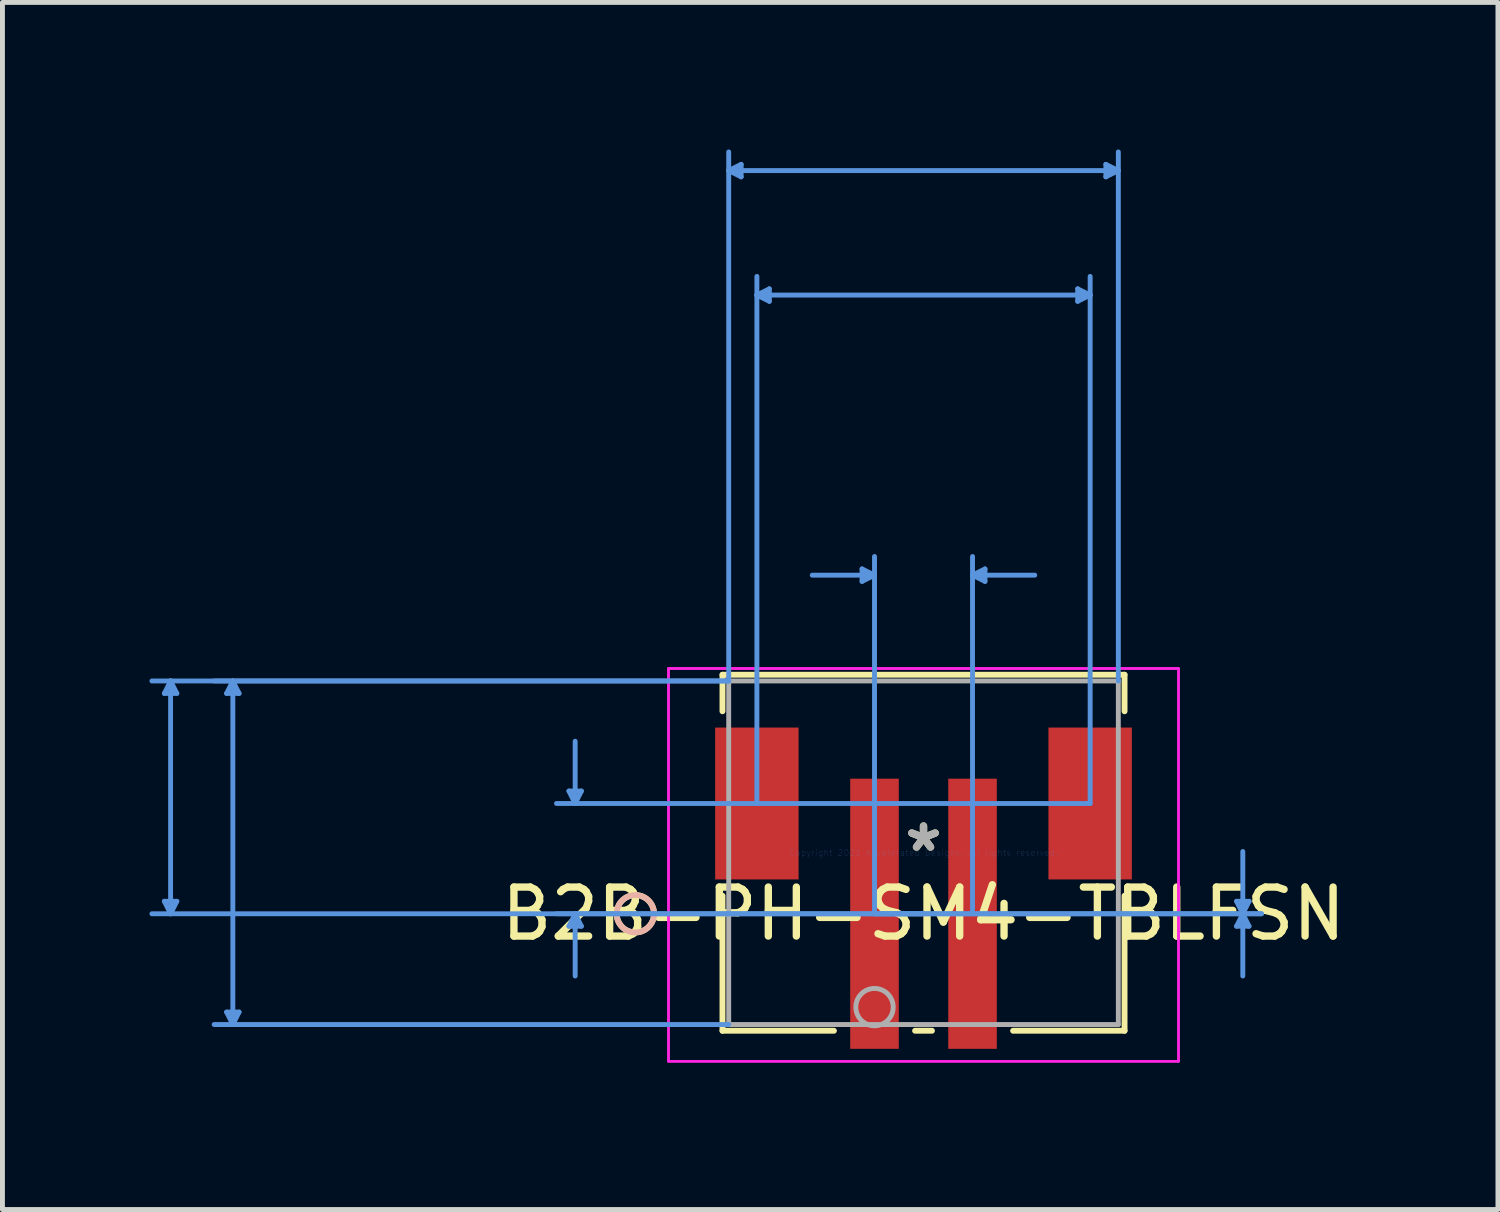
<source format=kicad_pcb>
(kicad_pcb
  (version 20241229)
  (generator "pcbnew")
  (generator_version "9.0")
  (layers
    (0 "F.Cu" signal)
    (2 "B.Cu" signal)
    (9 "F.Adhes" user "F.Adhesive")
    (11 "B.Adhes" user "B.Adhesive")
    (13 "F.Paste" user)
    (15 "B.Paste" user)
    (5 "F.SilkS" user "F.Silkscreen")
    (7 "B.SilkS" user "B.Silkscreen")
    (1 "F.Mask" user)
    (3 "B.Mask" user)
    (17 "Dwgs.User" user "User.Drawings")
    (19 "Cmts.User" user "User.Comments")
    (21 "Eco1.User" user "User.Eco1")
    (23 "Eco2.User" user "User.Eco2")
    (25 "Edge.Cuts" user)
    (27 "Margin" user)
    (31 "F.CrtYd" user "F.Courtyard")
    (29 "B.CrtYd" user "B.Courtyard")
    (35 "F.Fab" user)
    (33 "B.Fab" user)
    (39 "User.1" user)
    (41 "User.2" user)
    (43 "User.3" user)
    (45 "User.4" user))
  (footprint "B2B-PH-SM4-TBLFSN"
    (layer "F.Cu")
    (at 15.794 14.35)
    (property "Reference" "B2B-PH-SM4-TBLFSN" (at 0 1.245 0) (layer "F.SilkS") (effects (font (size 1 1) (thickness 0.15))))
    (attr through_hole)
    (fp_line (start -4.102 -3.632) (end -4.102 -2.887) (stroke (width 0.12) (type solid)) (layer "F.SilkS"))
    (fp_line (start -4.102 0.877) (end -4.102 3.632) (stroke (width 0.12) (type solid)) (layer "F.SilkS"))
    (fp_line (start -4.102 3.632) (end -1.828 3.632) (stroke (width 0.12) (type solid)) (layer "F.SilkS"))
    (fp_line (start -0.172 3.632) (end 0.172 3.632) (stroke (width 0.12) (type solid)) (layer "F.SilkS"))
    (fp_line (start 1.828 3.632) (end 4.102 3.632) (stroke (width 0.12) (type solid)) (layer "F.SilkS"))
    (fp_line (start 4.102 -3.632) (end -4.102 -3.632) (stroke (width 0.12) (type solid)) (layer "F.SilkS"))
    (fp_line (start 4.102 -2.887) (end 4.102 -3.632) (stroke (width 0.12) (type solid)) (layer "F.SilkS"))
    (fp_line (start 4.102 3.632) (end 4.102 0.877) (stroke (width 0.12) (type solid)) (layer "F.SilkS"))
    (fp_circle (center -5.88 1.245) (end -5.499 1.245) (stroke (width 0.12) (type solid)) (fill no) (layer "F.SilkS"))
    (fp_circle (center -5.88 1.245) (end -5.499 1.245) (stroke (width 0.12) (type solid)) (fill no) (layer "B.SilkS"))
    (fp_line (start -15.49 -3.251) (end -15.236 -3.251) (stroke (width 0.1) (type solid)) (layer "Cmts.User"))
    (fp_line (start -15.49 0.991) (end -15.236 0.991) (stroke (width 0.1) (type solid)) (layer "Cmts.User"))
    (fp_line (start -15.363 -3.505) (end -15.49 -3.251) (stroke (width 0.1) (type solid)) (layer "Cmts.User"))
    (fp_line (start -15.363 -3.505) (end -15.363 1.245) (stroke (width 0.1) (type solid)) (layer "Cmts.User"))
    (fp_line (start -15.363 -3.505) (end -15.236 -3.251) (stroke (width 0.1) (type solid)) (layer "Cmts.User"))
    (fp_line (start -15.363 1.245) (end -15.49 0.991) (stroke (width 0.1) (type solid)) (layer "Cmts.User"))
    (fp_line (start -15.363 1.245) (end -15.236 0.991) (stroke (width 0.1) (type solid)) (layer "Cmts.User"))
    (fp_line (start -14.22 -3.251) (end -13.966 -3.251) (stroke (width 0.1) (type solid)) (layer "Cmts.User"))
    (fp_line (start -14.22 3.251) (end -13.966 3.251) (stroke (width 0.1) (type solid)) (layer "Cmts.User"))
    (fp_line (start -14.093 -3.505) (end -14.22 -3.251) (stroke (width 0.1) (type solid)) (layer "Cmts.User"))
    (fp_line (start -14.093 -3.505) (end -14.093 3.505) (stroke (width 0.1) (type solid)) (layer "Cmts.User"))
    (fp_line (start -14.093 -3.505) (end -13.966 -3.251) (stroke (width 0.1) (type solid)) (layer "Cmts.User"))
    (fp_line (start -14.093 3.505) (end -14.22 3.251) (stroke (width 0.1) (type solid)) (layer "Cmts.User"))
    (fp_line (start -14.093 3.505) (end -13.966 3.251) (stroke (width 0.1) (type solid)) (layer "Cmts.User"))
    (fp_line (start -7.235 -1.259) (end -6.981 -1.259) (stroke (width 0.1) (type solid)) (layer "Cmts.User"))
    (fp_line (start -7.235 1.499) (end -6.981 1.499) (stroke (width 0.1) (type solid)) (layer "Cmts.User"))
    (fp_line (start -7.108 -1.005) (end -7.235 -1.259) (stroke (width 0.1) (type solid)) (layer "Cmts.User"))
    (fp_line (start -7.108 -1.005) (end -7.108 -2.275) (stroke (width 0.1) (type solid)) (layer "Cmts.User"))
    (fp_line (start -7.108 -1.005) (end -6.981 -1.259) (stroke (width 0.1) (type solid)) (layer "Cmts.User"))
    (fp_line (start -7.108 1.245) (end -7.235 1.499) (stroke (width 0.1) (type solid)) (layer "Cmts.User"))
    (fp_line (start -7.108 1.245) (end -7.108 2.515) (stroke (width 0.1) (type solid)) (layer "Cmts.User"))
    (fp_line (start -7.108 1.245) (end -6.981 1.499) (stroke (width 0.1) (type solid)) (layer "Cmts.User"))
    (fp_line (start -3.975 -13.919) (end -3.721 -14.046) (stroke (width 0.1) (type solid)) (layer "Cmts.User"))
    (fp_line (start -3.975 -13.919) (end -3.721 -13.792) (stroke (width 0.1) (type solid)) (layer "Cmts.User"))
    (fp_line (start -3.975 -13.919) (end 3.975 -13.919) (stroke (width 0.1) (type solid)) (layer "Cmts.User"))
    (fp_line (start -3.975 -3.505) (end -15.744 -3.505) (stroke (width 0.1) (type solid)) (layer "Cmts.User"))
    (fp_line (start -3.975 -3.505) (end -14.474 -3.505) (stroke (width 0.1) (type solid)) (layer "Cmts.User"))
    (fp_line (start -3.975 -3.505) (end -3.975 -14.3) (stroke (width 0.1) (type solid)) (layer "Cmts.User"))
    (fp_line (start -3.975 3.505) (end -14.474 3.505) (stroke (width 0.1) (type solid)) (layer "Cmts.User"))
    (fp_line (start -3.721 -14.046) (end -3.721 -13.792) (stroke (width 0.1) (type solid)) (layer "Cmts.User"))
    (fp_line (start -3.4 -11.379) (end -3.146 -11.506) (stroke (width 0.1) (type solid)) (layer "Cmts.User"))
    (fp_line (start -3.4 -11.379) (end -3.146 -11.252) (stroke (width 0.1) (type solid)) (layer "Cmts.User"))
    (fp_line (start -3.4 -11.379) (end 3.4 -11.379) (stroke (width 0.1) (type solid)) (layer "Cmts.User"))
    (fp_line (start -3.4 -1.005) (end -3.4 -11.76) (stroke (width 0.1) (type solid)) (layer "Cmts.User"))
    (fp_line (start -3.146 -11.506) (end -3.146 -11.252) (stroke (width 0.1) (type solid)) (layer "Cmts.User"))
    (fp_line (start -1.254 -5.791) (end -1.254 -5.537) (stroke (width 0.1) (type solid)) (layer "Cmts.User"))
    (fp_line (start -1 -5.664) (end -2.27 -5.664) (stroke (width 0.1) (type solid)) (layer "Cmts.User"))
    (fp_line (start -1 -5.664) (end -1.254 -5.791) (stroke (width 0.1) (type solid)) (layer "Cmts.User"))
    (fp_line (start -1 -5.664) (end -1.254 -5.537) (stroke (width 0.1) (type solid)) (layer "Cmts.User"))
    (fp_line (start -1 1.245) (end -1 -6.045) (stroke (width 0.1) (type solid)) (layer "Cmts.User"))
    (fp_line (start -1 1.245) (end 6.896 1.245) (stroke (width 0.1) (type solid)) (layer "Cmts.User"))
    (fp_line (start -1 1.245) (end 6.896 1.245) (stroke (width 0.1) (type solid)) (layer "Cmts.User"))
    (fp_line (start 0 1.245) (end -15.744 1.245) (stroke (width 0.1) (type solid)) (layer "Cmts.User"))
    (fp_line (start 0 1.245) (end -7.489 1.245) (stroke (width 0.1) (type solid)) (layer "Cmts.User"))
    (fp_line (start 1 -5.664) (end 1.254 -5.791) (stroke (width 0.1) (type solid)) (layer "Cmts.User"))
    (fp_line (start 1 -5.664) (end 1.254 -5.537) (stroke (width 0.1) (type solid)) (layer "Cmts.User"))
    (fp_line (start 1 -5.664) (end 2.27 -5.664) (stroke (width 0.1) (type solid)) (layer "Cmts.User"))
    (fp_line (start 1 1.245) (end 1 -6.045) (stroke (width 0.1) (type solid)) (layer "Cmts.User"))
    (fp_line (start 1.254 -5.791) (end 1.254 -5.537) (stroke (width 0.1) (type solid)) (layer "Cmts.User"))
    (fp_line (start 3.146 -11.506) (end 3.146 -11.252) (stroke (width 0.1) (type solid)) (layer "Cmts.User"))
    (fp_line (start 3.4 -11.379) (end 3.146 -11.506) (stroke (width 0.1) (type solid)) (layer "Cmts.User"))
    (fp_line (start 3.4 -11.379) (end 3.146 -11.252) (stroke (width 0.1) (type solid)) (layer "Cmts.User"))
    (fp_line (start 3.4 -1.005) (end -7.489 -1.005) (stroke (width 0.1) (type solid)) (layer "Cmts.User"))
    (fp_line (start 3.4 -1.005) (end 3.4 -11.76) (stroke (width 0.1) (type solid)) (layer "Cmts.User"))
    (fp_line (start 3.721 -14.046) (end 3.721 -13.792) (stroke (width 0.1) (type solid)) (layer "Cmts.User"))
    (fp_line (start 3.975 -13.919) (end 3.721 -14.046) (stroke (width 0.1) (type solid)) (layer "Cmts.User"))
    (fp_line (start 3.975 -13.919) (end 3.721 -13.792) (stroke (width 0.1) (type solid)) (layer "Cmts.User"))
    (fp_line (start 3.975 -3.505) (end 3.975 -14.3) (stroke (width 0.1) (type solid)) (layer "Cmts.User"))
    (fp_line (start 6.388 0.991) (end 6.642 0.991) (stroke (width 0.1) (type solid)) (layer "Cmts.User"))
    (fp_line (start 6.388 1.499) (end 6.642 1.499) (stroke (width 0.1) (type solid)) (layer "Cmts.User"))
    (fp_line (start 6.515 1.245) (end 6.388 0.991) (stroke (width 0.1) (type solid)) (layer "Cmts.User"))
    (fp_line (start 6.515 1.245) (end 6.388 1.499) (stroke (width 0.1) (type solid)) (layer "Cmts.User"))
    (fp_line (start 6.515 1.245) (end 6.515 -0.025) (stroke (width 0.1) (type solid)) (layer "Cmts.User"))
    (fp_line (start 6.515 1.245) (end 6.515 2.515) (stroke (width 0.1) (type solid)) (layer "Cmts.User"))
    (fp_line (start 6.515 1.245) (end 6.642 0.991) (stroke (width 0.1) (type solid)) (layer "Cmts.User"))
    (fp_line (start 6.515 1.245) (end 6.642 1.499) (stroke (width 0.1) (type solid)) (layer "Cmts.User"))
    (fp_line (start -5.203 -3.759) (end -5.203 4.255) (stroke (width 0.05) (type solid)) (layer "F.CrtYd"))
    (fp_line (start -5.203 -3.759) (end -5.203 4.255) (stroke (width 0.05) (type solid)) (layer "F.CrtYd"))
    (fp_line (start -5.203 4.255) (end 5.203 4.255) (stroke (width 0.05) (type solid)) (layer "F.CrtYd"))
    (fp_line (start -5.203 4.255) (end 5.203 4.255) (stroke (width 0.05) (type solid)) (layer "F.CrtYd"))
    (fp_line (start 5.203 -3.759) (end -5.203 -3.759) (stroke (width 0.05) (type solid)) (layer "F.CrtYd"))
    (fp_line (start 5.203 -3.759) (end -5.203 -3.759) (stroke (width 0.05) (type solid)) (layer "F.CrtYd"))
    (fp_line (start 5.203 4.255) (end 5.203 -3.759) (stroke (width 0.05) (type solid)) (layer "F.CrtYd"))
    (fp_line (start 5.203 4.255) (end 5.203 -3.759) (stroke (width 0.05) (type solid)) (layer "F.CrtYd"))
    (fp_line (start -3.975 -3.505) (end -3.975 3.505) (stroke (width 0.1) (type solid)) (layer "F.Fab"))
    (fp_line (start -3.975 3.505) (end 3.975 3.505) (stroke (width 0.1) (type solid)) (layer "F.Fab"))
    (fp_line (start 3.975 -3.505) (end -3.975 -3.505) (stroke (width 0.1) (type solid)) (layer "F.Fab"))
    (fp_line (start 3.975 3.505) (end 3.975 -3.505) (stroke (width 0.1) (type solid)) (layer "F.Fab"))
    (fp_circle (center -1 3.15) (end -0.619 3.15) (stroke (width 0.1) (type solid)) (fill no) (layer "F.Fab"))
    (fp_text user "*" (at 0 0 0) (layer "F.SilkS") (effects (font (size 1 1) (thickness 0.15))))
    (fp_text user "Copyright 2021 Accelerated Designs. All rights reserved." (at 0 0 0) (layer "Cmts.User") (effects (font (size 0.127 0.127) (thickness 0.002))))
    (fp_text user "*" (at 0 0 0) (layer "F.Fab") (effects (font (size 1 1) (thickness 0.15))))
    (pad "1" smd rect (at -1 1.245) (size 0.991 5.512) (layers "F.Cu" "F.Mask" "F.Paste"))
    (pad "2" smd rect (at 1 1.245) (size 0.991 5.512) (layers "F.Cu" "F.Mask" "F.Paste"))
    (pad "3" smd rect (at -3.4 -1.005 90) (size 3.099 1.702) (layers "F.Cu" "F.Mask" "F.Paste"))
    (pad "4" smd rect (at 3.4 -1.005 90) (size 3.099 1.702) (layers "F.Cu" "F.Mask" "F.Paste")))
  (gr_rect
    (start -3 -3)
    (end 27.515 21.63)
    (stroke (width 0.1) (type default))
    (fill no)
    (layer "Edge.Cuts")))
</source>
